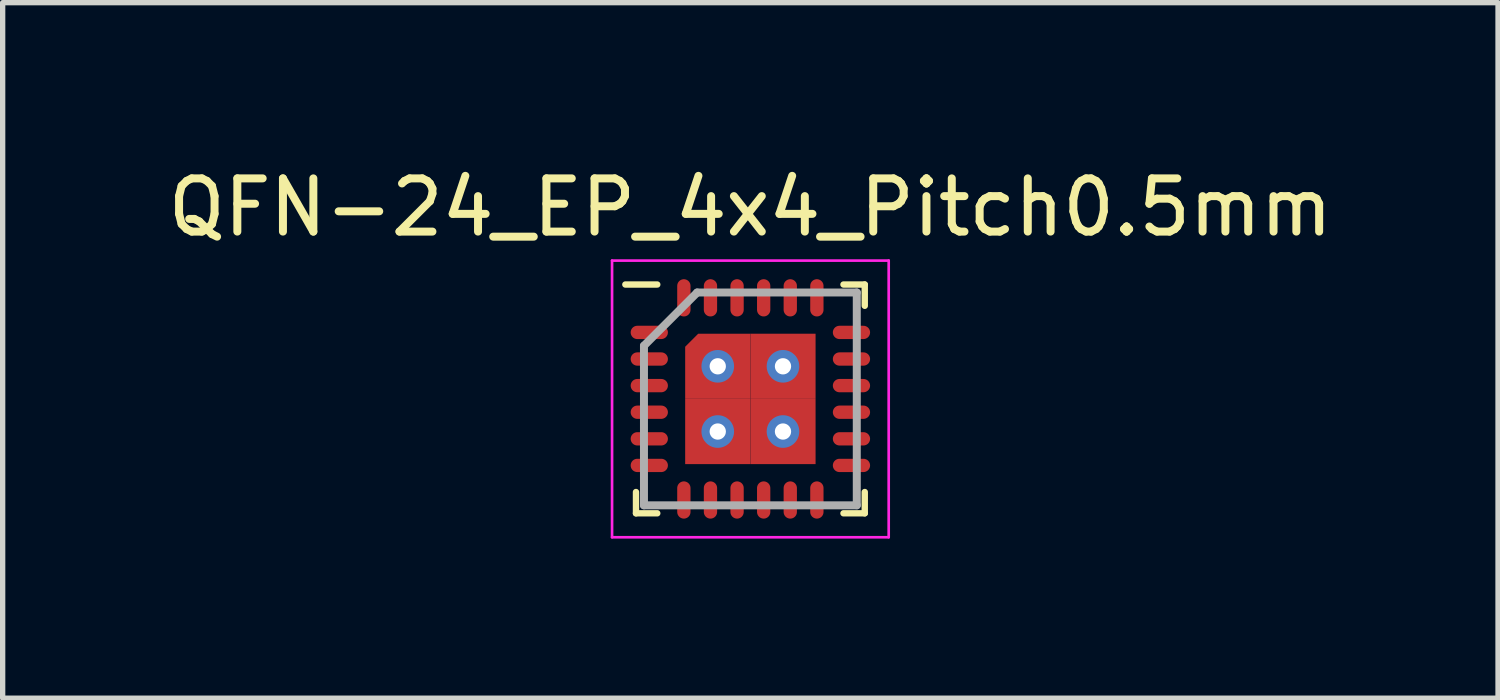
<source format=kicad_pcb>
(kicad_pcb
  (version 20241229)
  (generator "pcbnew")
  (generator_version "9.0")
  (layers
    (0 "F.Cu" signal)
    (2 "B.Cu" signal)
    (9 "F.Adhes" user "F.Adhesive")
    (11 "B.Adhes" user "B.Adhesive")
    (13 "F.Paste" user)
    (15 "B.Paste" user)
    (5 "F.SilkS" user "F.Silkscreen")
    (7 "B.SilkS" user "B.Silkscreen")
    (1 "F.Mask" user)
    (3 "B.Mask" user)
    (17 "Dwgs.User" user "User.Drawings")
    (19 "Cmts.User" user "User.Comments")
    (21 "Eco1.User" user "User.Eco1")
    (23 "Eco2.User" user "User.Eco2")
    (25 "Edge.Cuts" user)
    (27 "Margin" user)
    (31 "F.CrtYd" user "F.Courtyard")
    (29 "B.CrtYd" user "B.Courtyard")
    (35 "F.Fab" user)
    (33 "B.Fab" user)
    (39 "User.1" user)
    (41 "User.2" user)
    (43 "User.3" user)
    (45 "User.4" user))
  (footprint "QFN-24_EP_4x4_Pitch0.5mm"
    (layer "F.Cu")
    (at 11.054 4.448)
    (property "Reference" "QFN-24_EP_4x4_Pitch0.5mm" (at 0 -3.6 0) (layer "F.SilkS") (effects (font (size 1 1) (thickness 0.15))))
    (attr smd)
    (fp_line (start -2.15 2.15) (end -2.15 1.75) (stroke (width 0.12) (type default)) (layer "F.SilkS"))
    (fp_line (start -1.75 -2.15) (end -2.35 -2.15) (stroke (width 0.12) (type default)) (layer "F.SilkS"))
    (fp_line (start -1.75 2.15) (end -2.15 2.15) (stroke (width 0.12) (type default)) (layer "F.SilkS"))
    (fp_line (start 1.75 -2.15) (end 2.15 -2.15) (stroke (width 0.12) (type default)) (layer "F.SilkS"))
    (fp_line (start 1.75 2.15) (end 2.15 2.15) (stroke (width 0.12) (type default)) (layer "F.SilkS"))
    (fp_line (start 2.15 -2.15) (end 2.15 -1.75) (stroke (width 0.12) (type default)) (layer "F.SilkS"))
    (fp_line (start 2.15 2.15) (end 2.15 1.75) (stroke (width 0.12) (type default)) (layer "F.SilkS"))
    (fp_line (start -2.6 -2.6) (end 2.6 -2.6) (stroke (width 0.05) (type default)) (layer "F.CrtYd"))
    (fp_line (start -2.6 2.6) (end -2.6 -2.6) (stroke (width 0.05) (type default)) (layer "F.CrtYd"))
    (fp_line (start 2.6 -2.6) (end 2.6 2.6) (stroke (width 0.05) (type default)) (layer "F.CrtYd"))
    (fp_line (start 2.6 2.6) (end -2.6 2.6) (stroke (width 0.05) (type default)) (layer "F.CrtYd"))
    (fp_line (start -2 -1) (end -2 2) (stroke (width 0.15) (type default)) (layer "F.Fab"))
    (fp_line (start -2 2) (end 2 2) (stroke (width 0.15) (type default)) (layer "F.Fab"))
    (fp_line (start -1 -2) (end -2 -1) (stroke (width 0.15) (type default)) (layer "F.Fab"))
    (fp_line (start 2 -2) (end -1 -2) (stroke (width 0.15) (type default)) (layer "F.Fab"))
    (fp_line (start 2 2) (end 2 -2) (stroke (width 0.15) (type default)) (layer "F.Fab"))
    (pad "1" smd oval (at -1.9 -1.25 90) (size 0.25 0.7) (layers "F.Cu" "F.Mask" "F.Paste"))
    (pad "2" smd oval (at -1.9 -0.75 90) (size 0.25 0.7) (layers "F.Cu" "F.Mask" "F.Paste"))
    (pad "3" smd oval (at -1.9 -0.25 90) (size 0.25 0.7) (layers "F.Cu" "F.Mask" "F.Paste"))
    (pad "4" smd oval (at -1.9 0.25 90) (size 0.25 0.7) (layers "F.Cu" "F.Mask" "F.Paste"))
    (pad "5" smd oval (at -1.9 0.75 90) (size 0.25 0.7) (layers "F.Cu" "F.Mask" "F.Paste"))
    (pad "6" smd oval (at -1.9 1.25 90) (size 0.25 0.7) (layers "F.Cu" "F.Mask" "F.Paste"))
    (pad "7" smd oval (at -1.25 1.9) (size 0.25 0.7) (layers "F.Cu" "F.Mask" "F.Paste"))
    (pad "8" smd oval (at -0.75 1.9) (size 0.25 0.7) (layers "F.Cu" "F.Mask" "F.Paste"))
    (pad "9" smd oval (at -0.25 1.9) (size 0.25 0.7) (layers "F.Cu" "F.Mask" "F.Paste"))
    (pad "10" smd oval (at 0.25 1.9) (size 0.25 0.7) (layers "F.Cu" "F.Mask" "F.Paste"))
    (pad "11" smd oval (at 0.75 1.9) (size 0.25 0.7) (layers "F.Cu" "F.Mask" "F.Paste"))
    (pad "12" smd oval (at 1.25 1.9) (size 0.25 0.7) (layers "F.Cu" "F.Mask" "F.Paste"))
    (pad "13" smd oval (at 1.9 1.25 90) (size 0.25 0.7) (layers "F.Cu" "F.Mask" "F.Paste"))
    (pad "14" smd oval (at 1.9 0.75 90) (size 0.25 0.7) (layers "F.Cu" "F.Mask" "F.Paste"))
    (pad "15" smd oval (at 1.9 0.25 90) (size 0.25 0.7) (layers "F.Cu" "F.Mask" "F.Paste"))
    (pad "16" smd oval (at 1.9 -0.25 90) (size 0.25 0.7) (layers "F.Cu" "F.Mask" "F.Paste"))
    (pad "17" smd oval (at 1.9 -0.75 90) (size 0.25 0.7) (layers "F.Cu" "F.Mask" "F.Paste"))
    (pad "18" smd oval (at 1.9 -1.25 90) (size 0.25 0.7) (layers "F.Cu" "F.Mask" "F.Paste"))
    (pad "19" smd oval (at 1.25 -1.9) (size 0.25 0.7) (layers "F.Cu" "F.Mask" "F.Paste"))
    (pad "20" smd oval (at 0.75 -1.9) (size 0.25 0.7) (layers "F.Cu" "F.Mask" "F.Paste"))
    (pad "21" smd oval (at 0.25 -1.9) (size 0.25 0.7) (layers "F.Cu" "F.Mask" "F.Paste"))
    (pad "22" smd oval (at -0.25 -1.9) (size 0.25 0.7) (layers "F.Cu" "F.Mask" "F.Paste"))
    (pad "23" smd oval (at -0.75 -1.9) (size 0.25 0.7) (layers "F.Cu" "F.Mask" "F.Paste"))
    (pad "24" smd oval (at -1.25 -1.9) (size 0.25 0.7) (layers "F.Cu" "F.Mask" "F.Paste"))
    (pad "25" thru_hole circle (at -0.613 -0.613) (size 0.613 0.613) (drill 0.306) (layers "*.Cu" "*.Mask"))
    (pad "25" smd roundrect (at -0.613 -0.613) (size 1.225 1.225) (layers "F.Cu" "F.Mask" "F.Paste") (roundrect_rratio 0) (chamfer_ratio 0.2) (chamfer top_left))
    (pad "25" thru_hole circle (at -0.613 0.613) (size 0.613 0.613) (drill 0.306) (layers "*.Cu" "*.Mask"))
    (pad "25" smd rect (at -0.613 0.613) (size 1.225 1.225) (layers "F.Cu" "F.Mask" "F.Paste"))
    (pad "25" thru_hole circle (at 0.613 -0.613) (size 0.613 0.613) (drill 0.306) (layers "*.Cu" "*.Mask"))
    (pad "25" smd rect (at 0.613 -0.613) (size 1.225 1.225) (layers "F.Cu" "F.Mask" "F.Paste"))
    (pad "25" thru_hole circle (at 0.613 0.613) (size 0.613 0.613) (drill 0.306) (layers "*.Cu" "*.Mask"))
    (pad "25" smd rect (at 0.613 0.613) (size 1.225 1.225) (layers "F.Cu" "F.Mask" "F.Paste")))
  (gr_rect
    (start -3 -3)
    (end 25.107 10.073)
    (stroke (width 0.1) (type default))
    (fill no)
    (layer "Edge.Cuts")))
</source>
